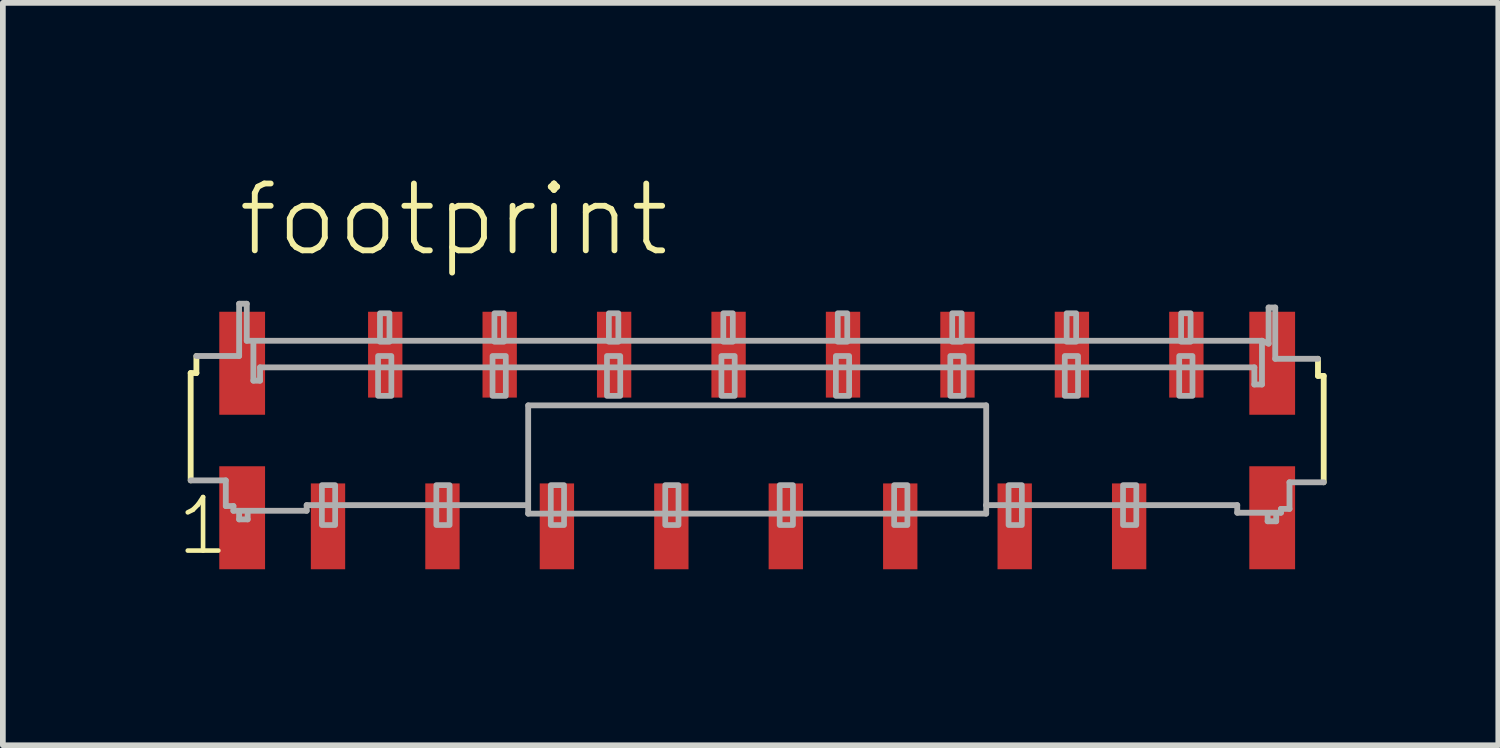
<source format=kicad_pcb>
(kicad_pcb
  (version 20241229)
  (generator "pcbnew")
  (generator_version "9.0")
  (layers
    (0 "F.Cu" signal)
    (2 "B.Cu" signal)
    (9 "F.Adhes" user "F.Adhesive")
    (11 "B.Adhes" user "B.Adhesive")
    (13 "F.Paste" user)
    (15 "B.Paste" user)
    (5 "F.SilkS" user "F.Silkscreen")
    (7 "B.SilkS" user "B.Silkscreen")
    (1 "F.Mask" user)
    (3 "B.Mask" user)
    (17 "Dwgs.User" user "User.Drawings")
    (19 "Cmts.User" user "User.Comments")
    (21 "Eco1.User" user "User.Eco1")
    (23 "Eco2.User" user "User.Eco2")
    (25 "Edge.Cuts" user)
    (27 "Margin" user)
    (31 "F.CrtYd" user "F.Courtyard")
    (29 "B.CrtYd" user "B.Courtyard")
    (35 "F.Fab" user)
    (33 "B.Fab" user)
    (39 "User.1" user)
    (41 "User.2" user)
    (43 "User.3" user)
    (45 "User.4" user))
  (footprint "footprint"
    (layer "F.Cu")
    (at 10.182 4.648)
    (property "Reference" "footprint" (at -9.125 -3.175 0) (layer "F.SilkS") (effects (font (size 1.168 1.168) (thickness 0.102)) (justify left bottom)))
    (fp_poly (pts (xy -9.4 -0.45) (xy -8.6 -0.45) (xy -8.6 -2.25) (xy -9.4 -2.25)) (stroke (width 0) (type solid)) (fill yes) (layer "F.Cu"))
    (fp_poly (pts (xy -9.4 2.25) (xy -8.6 2.25) (xy -8.6 0.45) (xy -9.4 0.45)) (stroke (width 0) (type solid)) (fill yes) (layer "F.Cu"))
    (fp_poly (pts (xy 9.4 -2.25) (xy 8.6 -2.25) (xy 8.6 -0.45) (xy 9.4 -0.45)) (stroke (width 0) (type solid)) (fill yes) (layer "F.Cu"))
    (fp_poly (pts (xy 9.4 0.45) (xy 8.6 0.45) (xy 8.6 2.25) (xy 9.4 2.25)) (stroke (width 0) (type solid)) (fill yes) (layer "F.Cu"))
    (fp_poly (pts (xy -9.475 -0.375) (xy -8.525 -0.375) (xy -8.525 -2.325) (xy -9.475 -2.325)) (stroke (width 0) (type solid)) (fill yes) (layer "F.Mask"))
    (fp_poly (pts (xy -9.475 2.325) (xy -8.525 2.325) (xy -8.525 0.375) (xy -9.475 0.375)) (stroke (width 0) (type solid)) (fill yes) (layer "F.Mask"))
    (fp_poly (pts (xy -7.85 2.3) (xy -7.15 2.3) (xy -7.15 0.7) (xy -7.85 0.7)) (stroke (width 0) (type solid)) (fill yes) (layer "F.Mask"))
    (fp_poly (pts (xy -6.85 -0.7) (xy -6.15 -0.7) (xy -6.15 -2.3) (xy -6.85 -2.3)) (stroke (width 0) (type solid)) (fill yes) (layer "F.Mask"))
    (fp_poly (pts (xy -5.85 2.3) (xy -5.15 2.3) (xy -5.15 0.7) (xy -5.85 0.7)) (stroke (width 0) (type solid)) (fill yes) (layer "F.Mask"))
    (fp_poly (pts (xy -4.85 -0.7) (xy -4.15 -0.7) (xy -4.15 -2.3) (xy -4.85 -2.3)) (stroke (width 0) (type solid)) (fill yes) (layer "F.Mask"))
    (fp_poly (pts (xy -3.85 2.3) (xy -3.15 2.3) (xy -3.15 0.7) (xy -3.85 0.7)) (stroke (width 0) (type solid)) (fill yes) (layer "F.Mask"))
    (fp_poly (pts (xy -2.85 -0.7) (xy -2.15 -0.7) (xy -2.15 -2.3) (xy -2.85 -2.3)) (stroke (width 0) (type solid)) (fill yes) (layer "F.Mask"))
    (fp_poly (pts (xy -1.85 2.3) (xy -1.15 2.3) (xy -1.15 0.7) (xy -1.85 0.7)) (stroke (width 0) (type solid)) (fill yes) (layer "F.Mask"))
    (fp_poly (pts (xy -0.85 -0.7) (xy -0.15 -0.7) (xy -0.15 -2.3) (xy -0.85 -2.3)) (stroke (width 0) (type solid)) (fill yes) (layer "F.Mask"))
    (fp_poly (pts (xy 0.15 2.3) (xy 0.85 2.3) (xy 0.85 0.7) (xy 0.15 0.7)) (stroke (width 0) (type solid)) (fill yes) (layer "F.Mask"))
    (fp_poly (pts (xy 1.15 -0.7) (xy 1.85 -0.7) (xy 1.85 -2.3) (xy 1.15 -2.3)) (stroke (width 0) (type solid)) (fill yes) (layer "F.Mask"))
    (fp_poly (pts (xy 2.15 2.3) (xy 2.85 2.3) (xy 2.85 0.7) (xy 2.15 0.7)) (stroke (width 0) (type solid)) (fill yes) (layer "F.Mask"))
    (fp_poly (pts (xy 3.15 -0.7) (xy 3.85 -0.7) (xy 3.85 -2.3) (xy 3.15 -2.3)) (stroke (width 0) (type solid)) (fill yes) (layer "F.Mask"))
    (fp_poly (pts (xy 4.15 2.3) (xy 4.85 2.3) (xy 4.85 0.7) (xy 4.15 0.7)) (stroke (width 0) (type solid)) (fill yes) (layer "F.Mask"))
    (fp_poly (pts (xy 5.15 -0.7) (xy 5.85 -0.7) (xy 5.85 -2.3) (xy 5.15 -2.3)) (stroke (width 0) (type solid)) (fill yes) (layer "F.Mask"))
    (fp_poly (pts (xy 6.15 2.3) (xy 6.85 2.3) (xy 6.85 0.7) (xy 6.15 0.7)) (stroke (width 0) (type solid)) (fill yes) (layer "F.Mask"))
    (fp_poly (pts (xy 7.15 -0.7) (xy 7.85 -0.7) (xy 7.85 -2.3) (xy 7.15 -2.3)) (stroke (width 0) (type solid)) (fill yes) (layer "F.Mask"))
    (fp_poly (pts (xy 9.475 -2.325) (xy 8.525 -2.325) (xy 8.525 -0.375) (xy 9.475 -0.375)) (stroke (width 0) (type solid)) (fill yes) (layer "F.Mask"))
    (fp_poly (pts (xy 9.475 0.375) (xy 8.525 0.375) (xy 8.525 2.325) (xy 9.475 2.325)) (stroke (width 0) (type solid)) (fill yes) (layer "F.Mask"))
    (fp_line (start -9.9 -1.179) (end -9.8 -1.179) (stroke (width 0.102) (type solid)) (layer "F.SilkS"))
    (fp_line (start -9.9 0.697) (end -9.9 -1.179) (stroke (width 0.102) (type solid)) (layer "F.SilkS"))
    (fp_line (start -9.8 -1.179) (end -9.8 -1.477) (stroke (width 0.102) (type solid)) (layer "F.SilkS"))
    (fp_line (start 9.8 -1.428) (end 9.8 -1.129) (stroke (width 0.102) (type solid)) (layer "F.SilkS"))
    (fp_line (start 9.8 -1.129) (end 9.9 -1.129) (stroke (width 0.102) (type solid)) (layer "F.SilkS"))
    (fp_line (start 9.9 -1.129) (end 9.9 0.73) (stroke (width 0.102) (type solid)) (layer "F.SilkS"))
    (fp_poly (pts (xy -9.35 -0.5) (xy -8.65 -0.5) (xy -8.65 -2.2) (xy -9.35 -2.2)) (stroke (width 0) (type solid)) (fill yes) (layer "F.Paste"))
    (fp_poly (pts (xy -9.35 2.2) (xy -8.65 2.2) (xy -8.65 0.5) (xy -9.35 0.5)) (stroke (width 0) (type solid)) (fill yes) (layer "F.Paste"))
    (fp_poly (pts (xy -7.75 2.2) (xy -7.25 2.2) (xy -7.25 0.8) (xy -7.75 0.8)) (stroke (width 0) (type solid)) (fill yes) (layer "F.Paste"))
    (fp_poly (pts (xy -6.75 -0.8) (xy -6.25 -0.8) (xy -6.25 -2.2) (xy -6.75 -2.2)) (stroke (width 0) (type solid)) (fill yes) (layer "F.Paste"))
    (fp_poly (pts (xy -5.75 2.2) (xy -5.25 2.2) (xy -5.25 0.8) (xy -5.75 0.8)) (stroke (width 0) (type solid)) (fill yes) (layer "F.Paste"))
    (fp_poly (pts (xy -4.75 -0.8) (xy -4.25 -0.8) (xy -4.25 -2.2) (xy -4.75 -2.2)) (stroke (width 0) (type solid)) (fill yes) (layer "F.Paste"))
    (fp_poly (pts (xy -3.75 2.2) (xy -3.25 2.2) (xy -3.25 0.8) (xy -3.75 0.8)) (stroke (width 0) (type solid)) (fill yes) (layer "F.Paste"))
    (fp_poly (pts (xy -2.75 -0.8) (xy -2.25 -0.8) (xy -2.25 -2.2) (xy -2.75 -2.2)) (stroke (width 0) (type solid)) (fill yes) (layer "F.Paste"))
    (fp_poly (pts (xy -1.75 2.2) (xy -1.25 2.2) (xy -1.25 0.8) (xy -1.75 0.8)) (stroke (width 0) (type solid)) (fill yes) (layer "F.Paste"))
    (fp_poly (pts (xy -0.75 -0.8) (xy -0.25 -0.8) (xy -0.25 -2.2) (xy -0.75 -2.2)) (stroke (width 0) (type solid)) (fill yes) (layer "F.Paste"))
    (fp_poly (pts (xy 0.25 2.2) (xy 0.75 2.2) (xy 0.75 0.8) (xy 0.25 0.8)) (stroke (width 0) (type solid)) (fill yes) (layer "F.Paste"))
    (fp_poly (pts (xy 1.25 -0.8) (xy 1.75 -0.8) (xy 1.75 -2.2) (xy 1.25 -2.2)) (stroke (width 0) (type solid)) (fill yes) (layer "F.Paste"))
    (fp_poly (pts (xy 2.25 2.2) (xy 2.75 2.2) (xy 2.75 0.8) (xy 2.25 0.8)) (stroke (width 0) (type solid)) (fill yes) (layer "F.Paste"))
    (fp_poly (pts (xy 3.25 -0.8) (xy 3.75 -0.8) (xy 3.75 -2.2) (xy 3.25 -2.2)) (stroke (width 0) (type solid)) (fill yes) (layer "F.Paste"))
    (fp_poly (pts (xy 4.25 2.2) (xy 4.75 2.2) (xy 4.75 0.8) (xy 4.25 0.8)) (stroke (width 0) (type solid)) (fill yes) (layer "F.Paste"))
    (fp_poly (pts (xy 5.25 -0.8) (xy 5.75 -0.8) (xy 5.75 -2.2) (xy 5.25 -2.2)) (stroke (width 0) (type solid)) (fill yes) (layer "F.Paste"))
    (fp_poly (pts (xy 6.25 2.2) (xy 6.75 2.2) (xy 6.75 0.8) (xy 6.25 0.8)) (stroke (width 0) (type solid)) (fill yes) (layer "F.Paste"))
    (fp_poly (pts (xy 7.25 -0.8) (xy 7.75 -0.8) (xy 7.75 -2.2) (xy 7.25 -2.2)) (stroke (width 0) (type solid)) (fill yes) (layer "F.Paste"))
    (fp_poly (pts (xy 9.35 -2.2) (xy 8.65 -2.2) (xy 8.65 -0.5) (xy 9.35 -0.5)) (stroke (width 0) (type solid)) (fill yes) (layer "F.Paste"))
    (fp_poly (pts (xy 9.35 0.5) (xy 8.65 0.5) (xy 8.65 2.2) (xy 9.35 2.2)) (stroke (width 0) (type solid)) (fill yes) (layer "F.Paste"))
    (fp_line (start -9.8 -1.477) (end -9.053 -1.477) (stroke (width 0.102) (type solid)) (layer "F.Fab"))
    (fp_line (start -9.286 0.697) (end -9.9 0.697) (stroke (width 0.102) (type solid)) (layer "F.Fab"))
    (fp_line (start -9.286 1.145) (end -9.286 0.697) (stroke (width 0.102) (type solid)) (layer "F.Fab"))
    (fp_line (start -9.153 1.145) (end -9.286 1.145) (stroke (width 0.102) (type solid)) (layer "F.Fab"))
    (fp_line (start -9.153 1.228) (end -9.153 1.145) (stroke (width 0.102) (type solid)) (layer "F.Fab"))
    (fp_line (start -9.053 -2.39) (end -8.92 -2.39) (stroke (width 0.102) (type solid)) (layer "F.Fab"))
    (fp_line (start -9.053 -1.477) (end -9.053 -2.39) (stroke (width 0.102) (type solid)) (layer "F.Fab"))
    (fp_line (start -9.053 1.278) (end -9.053 1.378) (stroke (width 0.102) (type solid)) (layer "F.Fab"))
    (fp_line (start -9.053 1.378) (end -8.904 1.378) (stroke (width 0.102) (type solid)) (layer "F.Fab"))
    (fp_line (start -8.92 -2.39) (end -8.92 -1.743) (stroke (width 0.102) (type solid)) (layer "F.Fab"))
    (fp_line (start -8.904 1.378) (end -8.904 1.278) (stroke (width 0.102) (type solid)) (layer "F.Fab"))
    (fp_line (start -8.804 -1.71) (end -8.804 -1.046) (stroke (width 0.102) (type solid)) (layer "F.Fab"))
    (fp_line (start -8.804 -1.046) (end -8.688 -1.046) (stroke (width 0.102) (type solid)) (layer "F.Fab"))
    (fp_line (start -8.688 -1.278) (end 8.688 -1.278) (stroke (width 0.102) (type solid)) (layer "F.Fab"))
    (fp_line (start -8.688 -1.046) (end -8.688 -1.278) (stroke (width 0.102) (type solid)) (layer "F.Fab"))
    (fp_line (start -7.873 1.129) (end -7.873 1.228) (stroke (width 0.102) (type solid)) (layer "F.Fab"))
    (fp_line (start -7.873 1.228) (end -9.153 1.228) (stroke (width 0.102) (type solid)) (layer "F.Fab"))
    (fp_line (start -4.008 1.129) (end -7.873 1.129) (stroke (width 0.102) (type solid)) (layer "F.Fab"))
    (fp_line (start -4.002 1.278) (end -4.002 -0.614) (stroke (width 0.102) (type solid)) (layer "F.Fab"))
    (fp_line (start -4 -0.614) (end 4 -0.614) (stroke (width 0.102) (type solid)) (layer "F.Fab"))
    (fp_line (start 4.002 -0.614) (end 4.002 1.129) (stroke (width 0.102) (type solid)) (layer "F.Fab"))
    (fp_line (start 4.002 1.129) (end 4.002 1.278) (stroke (width 0.102) (type solid)) (layer "F.Fab"))
    (fp_line (start 4.002 1.278) (end -4.002 1.278) (stroke (width 0.102) (type solid)) (layer "F.Fab"))
    (fp_line (start 8.389 1.129) (end 4.002 1.129) (stroke (width 0.102) (type solid)) (layer "F.Fab"))
    (fp_line (start 8.389 1.262) (end 8.389 1.129) (stroke (width 0.102) (type solid)) (layer "F.Fab"))
    (fp_line (start 8.688 -1.278) (end 8.688 -0.979) (stroke (width 0.102) (type solid)) (layer "F.Fab"))
    (fp_line (start 8.688 -0.979) (end 8.821 -0.979) (stroke (width 0.102) (type solid)) (layer "F.Fab"))
    (fp_line (start 8.821 -1.743) (end -8.92 -1.743) (stroke (width 0.102) (type solid)) (layer "F.Fab"))
    (fp_line (start 8.821 -0.979) (end 8.821 -1.743) (stroke (width 0.102) (type solid)) (layer "F.Fab"))
    (fp_line (start 8.92 1.311) (end 8.92 1.411) (stroke (width 0.102) (type solid)) (layer "F.Fab"))
    (fp_line (start 8.92 1.411) (end 9.07 1.411) (stroke (width 0.102) (type solid)) (layer "F.Fab"))
    (fp_line (start 8.937 -2.324) (end 8.937 -1.693) (stroke (width 0.102) (type solid)) (layer "F.Fab"))
    (fp_line (start 8.937 -2.324) (end 9.053 -2.324) (stroke (width 0.102) (type solid)) (layer "F.Fab"))
    (fp_line (start 8.937 -1.693) (end 8.821 -1.743) (stroke (width 0.102) (type solid)) (layer "F.Fab"))
    (fp_line (start 9.053 -2.324) (end 9.053 -1.428) (stroke (width 0.102) (type solid)) (layer "F.Fab"))
    (fp_line (start 9.053 -1.428) (end 9.8 -1.428) (stroke (width 0.102) (type solid)) (layer "F.Fab"))
    (fp_line (start 9.07 1.411) (end 9.07 1.311) (stroke (width 0.102) (type solid)) (layer "F.Fab"))
    (fp_line (start 9.153 1.195) (end 9.153 1.262) (stroke (width 0.102) (type solid)) (layer "F.Fab"))
    (fp_line (start 9.153 1.262) (end 8.389 1.262) (stroke (width 0.102) (type solid)) (layer "F.Fab"))
    (fp_line (start 9.302 0.73) (end 9.302 1.195) (stroke (width 0.102) (type solid)) (layer "F.Fab"))
    (fp_line (start 9.302 1.195) (end 9.153 1.195) (stroke (width 0.102) (type solid)) (layer "F.Fab"))
    (fp_line (start 9.9 0.73) (end 9.302 0.73) (stroke (width 0.102) (type solid)) (layer "F.Fab"))
    (fp_poly (pts (xy -7.375 0.78) (xy -7.607 0.78) (xy -7.607 1.477) (xy -7.375 1.477)) (stroke (width 0.1) (type solid)) (fill no) (layer "F.Fab"))
    (fp_poly (pts (xy -6.625 -0.78) (xy -6.393 -0.78) (xy -6.393 -1.477) (xy -6.625 -1.477)) (stroke (width 0.1) (type solid)) (fill no) (layer "F.Fab"))
    (fp_poly (pts (xy -6.592 -1.726) (xy -6.426 -1.726) (xy -6.426 -2.224) (xy -6.592 -2.224)) (stroke (width 0.1) (type solid)) (fill no) (layer "F.Fab"))
    (fp_poly (pts (xy -5.375 0.78) (xy -5.607 0.78) (xy -5.607 1.477) (xy -5.375 1.477)) (stroke (width 0.1) (type solid)) (fill no) (layer "F.Fab"))
    (fp_poly (pts (xy -4.625 -0.78) (xy -4.393 -0.78) (xy -4.393 -1.477) (xy -4.625 -1.477)) (stroke (width 0.1) (type solid)) (fill no) (layer "F.Fab"))
    (fp_poly (pts (xy -4.592 -1.726) (xy -4.426 -1.726) (xy -4.426 -2.224) (xy -4.592 -2.224)) (stroke (width 0.1) (type solid)) (fill no) (layer "F.Fab"))
    (fp_poly (pts (xy -3.375 0.78) (xy -3.607 0.78) (xy -3.607 1.477) (xy -3.375 1.477)) (stroke (width 0.1) (type solid)) (fill no) (layer "F.Fab"))
    (fp_poly (pts (xy -2.625 -0.78) (xy -2.393 -0.78) (xy -2.393 -1.477) (xy -2.625 -1.477)) (stroke (width 0.1) (type solid)) (fill no) (layer "F.Fab"))
    (fp_poly (pts (xy -2.592 -1.726) (xy -2.426 -1.726) (xy -2.426 -2.224) (xy -2.592 -2.224)) (stroke (width 0.1) (type solid)) (fill no) (layer "F.Fab"))
    (fp_poly (pts (xy -1.375 0.78) (xy -1.607 0.78) (xy -1.607 1.477) (xy -1.375 1.477)) (stroke (width 0.1) (type solid)) (fill no) (layer "F.Fab"))
    (fp_poly (pts (xy -0.625 -0.78) (xy -0.393 -0.78) (xy -0.393 -1.477) (xy -0.625 -1.477)) (stroke (width 0.1) (type solid)) (fill no) (layer "F.Fab"))
    (fp_poly (pts (xy -0.592 -1.726) (xy -0.426 -1.726) (xy -0.426 -2.224) (xy -0.592 -2.224)) (stroke (width 0.1) (type solid)) (fill no) (layer "F.Fab"))
    (fp_poly (pts (xy 0.625 0.78) (xy 0.393 0.78) (xy 0.393 1.477) (xy 0.625 1.477)) (stroke (width 0.1) (type solid)) (fill no) (layer "F.Fab"))
    (fp_poly (pts (xy 1.375 -0.78) (xy 1.607 -0.78) (xy 1.607 -1.477) (xy 1.375 -1.477)) (stroke (width 0.1) (type solid)) (fill no) (layer "F.Fab"))
    (fp_poly (pts (xy 1.408 -1.726) (xy 1.574 -1.726) (xy 1.574 -2.224) (xy 1.408 -2.224)) (stroke (width 0.1) (type solid)) (fill no) (layer "F.Fab"))
    (fp_poly (pts (xy 2.625 0.78) (xy 2.393 0.78) (xy 2.393 1.477) (xy 2.625 1.477)) (stroke (width 0.1) (type solid)) (fill no) (layer "F.Fab"))
    (fp_poly (pts (xy 3.375 -0.78) (xy 3.607 -0.78) (xy 3.607 -1.477) (xy 3.375 -1.477)) (stroke (width 0.1) (type solid)) (fill no) (layer "F.Fab"))
    (fp_poly (pts (xy 3.408 -1.726) (xy 3.574 -1.726) (xy 3.574 -2.224) (xy 3.408 -2.224)) (stroke (width 0.1) (type solid)) (fill no) (layer "F.Fab"))
    (fp_poly (pts (xy 4.625 0.78) (xy 4.393 0.78) (xy 4.393 1.477) (xy 4.625 1.477)) (stroke (width 0.1) (type solid)) (fill no) (layer "F.Fab"))
    (fp_poly (pts (xy 5.375 -0.78) (xy 5.607 -0.78) (xy 5.607 -1.477) (xy 5.375 -1.477)) (stroke (width 0.1) (type solid)) (fill no) (layer "F.Fab"))
    (fp_poly (pts (xy 5.408 -1.726) (xy 5.574 -1.726) (xy 5.574 -2.224) (xy 5.408 -2.224)) (stroke (width 0.1) (type solid)) (fill no) (layer "F.Fab"))
    (fp_poly (pts (xy 6.625 0.78) (xy 6.393 0.78) (xy 6.393 1.477) (xy 6.625 1.477)) (stroke (width 0.1) (type solid)) (fill no) (layer "F.Fab"))
    (fp_poly (pts (xy 7.375 -0.78) (xy 7.607 -0.78) (xy 7.607 -1.477) (xy 7.375 -1.477)) (stroke (width 0.1) (type solid)) (fill no) (layer "F.Fab"))
    (fp_poly (pts (xy 7.408 -1.726) (xy 7.574 -1.726) (xy 7.574 -2.224) (xy 7.408 -2.224)) (stroke (width 0.1) (type solid)) (fill no) (layer "F.Fab"))
    (fp_text user "1" (at -10.182 2.042 0) (layer "F.SilkS") (effects (font (size 0.935 0.935) (thickness 0.081)) (justify left bottom)))
    (pad "1" smd rect (at -7.5 1.5) (size 0.6 1.5) (layers "F.Cu"))
    (pad "2" smd rect (at -6.5 -1.5) (size 0.6 1.5) (layers "F.Cu"))
    (pad "3" smd rect (at -5.5 1.5) (size 0.6 1.5) (layers "F.Cu"))
    (pad "4" smd rect (at -4.5 -1.5) (size 0.6 1.5) (layers "F.Cu"))
    (pad "5" smd rect (at -3.5 1.5) (size 0.6 1.5) (layers "F.Cu"))
    (pad "6" smd rect (at -2.5 -1.5) (size 0.6 1.5) (layers "F.Cu"))
    (pad "7" smd rect (at -1.5 1.5) (size 0.6 1.5) (layers "F.Cu"))
    (pad "8" smd rect (at -0.5 -1.5) (size 0.6 1.5) (layers "F.Cu"))
    (pad "9" smd rect (at 0.5 1.5) (size 0.6 1.5) (layers "F.Cu"))
    (pad "10" smd rect (at 1.5 -1.5) (size 0.6 1.5) (layers "F.Cu"))
    (pad "11" smd rect (at 2.5 1.5) (size 0.6 1.5) (layers "F.Cu"))
    (pad "12" smd rect (at 3.5 -1.5) (size 0.6 1.5) (layers "F.Cu"))
    (pad "13" smd rect (at 4.5 1.5) (size 0.6 1.5) (layers "F.Cu"))
    (pad "14" smd rect (at 5.5 -1.5) (size 0.6 1.5) (layers "F.Cu"))
    (pad "15" smd rect (at 6.5 1.5) (size 0.6 1.5) (layers "F.Cu"))
    (pad "16" smd rect (at 7.5 -1.5) (size 0.6 1.5) (layers "F.Cu")))
  (gr_rect
    (start -3 -3)
    (end 23.133 9.973)
    (stroke (width 0.1) (type default))
    (fill no)
    (layer "Edge.Cuts")))
</source>
